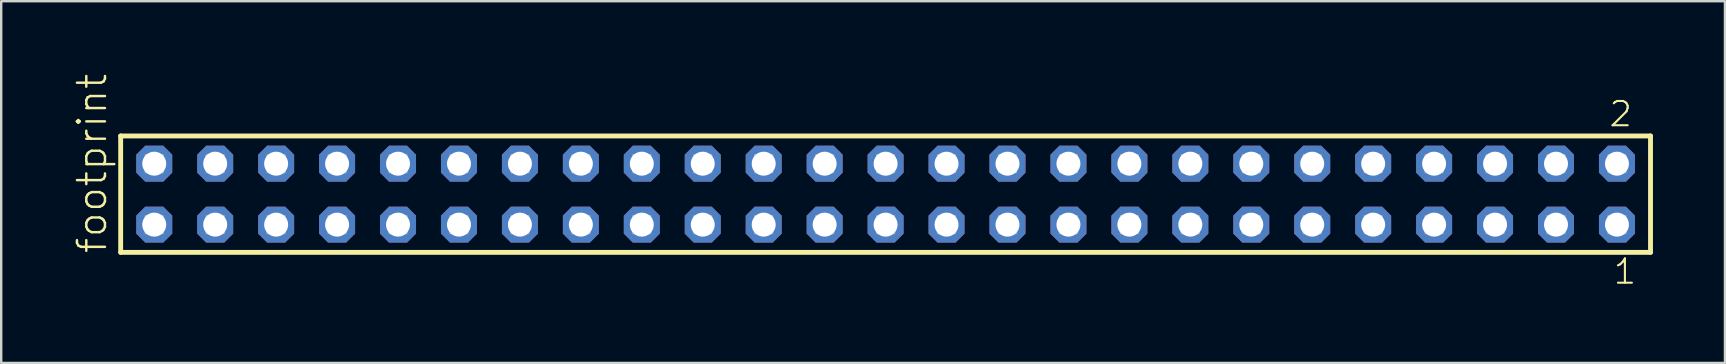
<source format=kicad_pcb>
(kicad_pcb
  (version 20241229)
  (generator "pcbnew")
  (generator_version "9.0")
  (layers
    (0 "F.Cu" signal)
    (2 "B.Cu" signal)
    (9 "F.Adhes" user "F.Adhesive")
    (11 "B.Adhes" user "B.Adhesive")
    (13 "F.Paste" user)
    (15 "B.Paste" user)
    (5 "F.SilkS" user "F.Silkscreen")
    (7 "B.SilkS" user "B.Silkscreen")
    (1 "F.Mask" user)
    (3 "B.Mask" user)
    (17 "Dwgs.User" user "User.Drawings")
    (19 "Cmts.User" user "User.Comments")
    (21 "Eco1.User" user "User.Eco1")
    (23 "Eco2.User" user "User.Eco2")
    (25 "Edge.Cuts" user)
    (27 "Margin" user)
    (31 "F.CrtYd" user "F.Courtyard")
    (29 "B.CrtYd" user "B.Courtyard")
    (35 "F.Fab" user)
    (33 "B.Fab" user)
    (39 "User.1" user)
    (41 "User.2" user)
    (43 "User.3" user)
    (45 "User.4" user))
  (footprint "footprint"
    (layer "F.Cu")
    (at 33.858 5.042)
    (property "Reference" "footprint" (at -32.385 2.54 90) (layer "F.SilkS") (effects (font (size 1.168 1.168) (thickness 0.102)) (justify left bottom)))
    (fp_line (start -31.879 -2.425) (end 31.879 -2.425) (stroke (width 0.203) (type solid)) (layer "F.SilkS"))
    (fp_line (start -31.879 2.425) (end -31.879 -2.425) (stroke (width 0.203) (type solid)) (layer "F.SilkS"))
    (fp_line (start 31.879 -2.425) (end 31.879 2.425) (stroke (width 0.203) (type solid)) (layer "F.SilkS"))
    (fp_line (start 31.879 2.425) (end -31.879 2.425) (stroke (width 0.203) (type solid)) (layer "F.SilkS"))
    (fp_poly (pts (xy -30.83 -0.92) (xy -30.13 -0.92) (xy -30.13 -1.62) (xy -30.83 -1.62)) (stroke (width 0.1) (type solid)) (fill no) (layer "F.Fab"))
    (fp_poly (pts (xy -30.83 1.62) (xy -30.13 1.62) (xy -30.13 0.92) (xy -30.83 0.92)) (stroke (width 0.1) (type solid)) (fill no) (layer "F.Fab"))
    (fp_poly (pts (xy -28.29 -0.92) (xy -27.59 -0.92) (xy -27.59 -1.62) (xy -28.29 -1.62)) (stroke (width 0.1) (type solid)) (fill no) (layer "F.Fab"))
    (fp_poly (pts (xy -28.29 1.62) (xy -27.59 1.62) (xy -27.59 0.92) (xy -28.29 0.92)) (stroke (width 0.1) (type solid)) (fill no) (layer "F.Fab"))
    (fp_poly (pts (xy -25.75 -0.92) (xy -25.05 -0.92) (xy -25.05 -1.62) (xy -25.75 -1.62)) (stroke (width 0.1) (type solid)) (fill no) (layer "F.Fab"))
    (fp_poly (pts (xy -25.75 1.62) (xy -25.05 1.62) (xy -25.05 0.92) (xy -25.75 0.92)) (stroke (width 0.1) (type solid)) (fill no) (layer "F.Fab"))
    (fp_poly (pts (xy -23.21 -0.92) (xy -22.51 -0.92) (xy -22.51 -1.62) (xy -23.21 -1.62)) (stroke (width 0.1) (type solid)) (fill no) (layer "F.Fab"))
    (fp_poly (pts (xy -23.21 1.62) (xy -22.51 1.62) (xy -22.51 0.92) (xy -23.21 0.92)) (stroke (width 0.1) (type solid)) (fill no) (layer "F.Fab"))
    (fp_poly (pts (xy -20.67 -0.92) (xy -19.97 -0.92) (xy -19.97 -1.62) (xy -20.67 -1.62)) (stroke (width 0.1) (type solid)) (fill no) (layer "F.Fab"))
    (fp_poly (pts (xy -20.67 1.62) (xy -19.97 1.62) (xy -19.97 0.92) (xy -20.67 0.92)) (stroke (width 0.1) (type solid)) (fill no) (layer "F.Fab"))
    (fp_poly (pts (xy -18.13 -0.92) (xy -17.43 -0.92) (xy -17.43 -1.62) (xy -18.13 -1.62)) (stroke (width 0.1) (type solid)) (fill no) (layer "F.Fab"))
    (fp_poly (pts (xy -18.13 1.62) (xy -17.43 1.62) (xy -17.43 0.92) (xy -18.13 0.92)) (stroke (width 0.1) (type solid)) (fill no) (layer "F.Fab"))
    (fp_poly (pts (xy -15.59 -0.92) (xy -14.89 -0.92) (xy -14.89 -1.62) (xy -15.59 -1.62)) (stroke (width 0.1) (type solid)) (fill no) (layer "F.Fab"))
    (fp_poly (pts (xy -15.59 1.62) (xy -14.89 1.62) (xy -14.89 0.92) (xy -15.59 0.92)) (stroke (width 0.1) (type solid)) (fill no) (layer "F.Fab"))
    (fp_poly (pts (xy -13.05 -0.92) (xy -12.35 -0.92) (xy -12.35 -1.62) (xy -13.05 -1.62)) (stroke (width 0.1) (type solid)) (fill no) (layer "F.Fab"))
    (fp_poly (pts (xy -13.05 1.62) (xy -12.35 1.62) (xy -12.35 0.92) (xy -13.05 0.92)) (stroke (width 0.1) (type solid)) (fill no) (layer "F.Fab"))
    (fp_poly (pts (xy -10.51 -0.92) (xy -9.81 -0.92) (xy -9.81 -1.62) (xy -10.51 -1.62)) (stroke (width 0.1) (type solid)) (fill no) (layer "F.Fab"))
    (fp_poly (pts (xy -10.51 1.62) (xy -9.81 1.62) (xy -9.81 0.92) (xy -10.51 0.92)) (stroke (width 0.1) (type solid)) (fill no) (layer "F.Fab"))
    (fp_poly (pts (xy -7.97 -0.92) (xy -7.27 -0.92) (xy -7.27 -1.62) (xy -7.97 -1.62)) (stroke (width 0.1) (type solid)) (fill no) (layer "F.Fab"))
    (fp_poly (pts (xy -7.97 1.62) (xy -7.27 1.62) (xy -7.27 0.92) (xy -7.97 0.92)) (stroke (width 0.1) (type solid)) (fill no) (layer "F.Fab"))
    (fp_poly (pts (xy -5.43 -0.92) (xy -4.73 -0.92) (xy -4.73 -1.62) (xy -5.43 -1.62)) (stroke (width 0.1) (type solid)) (fill no) (layer "F.Fab"))
    (fp_poly (pts (xy -5.43 1.62) (xy -4.73 1.62) (xy -4.73 0.92) (xy -5.43 0.92)) (stroke (width 0.1) (type solid)) (fill no) (layer "F.Fab"))
    (fp_poly (pts (xy -2.89 -0.92) (xy -2.19 -0.92) (xy -2.19 -1.62) (xy -2.89 -1.62)) (stroke (width 0.1) (type solid)) (fill no) (layer "F.Fab"))
    (fp_poly (pts (xy -2.89 1.62) (xy -2.19 1.62) (xy -2.19 0.92) (xy -2.89 0.92)) (stroke (width 0.1) (type solid)) (fill no) (layer "F.Fab"))
    (fp_poly (pts (xy -0.35 -0.92) (xy 0.35 -0.92) (xy 0.35 -1.62) (xy -0.35 -1.62)) (stroke (width 0.1) (type solid)) (fill no) (layer "F.Fab"))
    (fp_poly (pts (xy -0.35 1.62) (xy 0.35 1.62) (xy 0.35 0.92) (xy -0.35 0.92)) (stroke (width 0.1) (type solid)) (fill no) (layer "F.Fab"))
    (fp_poly (pts (xy 2.19 -0.92) (xy 2.89 -0.92) (xy 2.89 -1.62) (xy 2.19 -1.62)) (stroke (width 0.1) (type solid)) (fill no) (layer "F.Fab"))
    (fp_poly (pts (xy 2.19 1.62) (xy 2.89 1.62) (xy 2.89 0.92) (xy 2.19 0.92)) (stroke (width 0.1) (type solid)) (fill no) (layer "F.Fab"))
    (fp_poly (pts (xy 4.73 -0.92) (xy 5.43 -0.92) (xy 5.43 -1.62) (xy 4.73 -1.62)) (stroke (width 0.1) (type solid)) (fill no) (layer "F.Fab"))
    (fp_poly (pts (xy 4.73 1.62) (xy 5.43 1.62) (xy 5.43 0.92) (xy 4.73 0.92)) (stroke (width 0.1) (type solid)) (fill no) (layer "F.Fab"))
    (fp_poly (pts (xy 7.27 -0.92) (xy 7.97 -0.92) (xy 7.97 -1.62) (xy 7.27 -1.62)) (stroke (width 0.1) (type solid)) (fill no) (layer "F.Fab"))
    (fp_poly (pts (xy 7.27 1.62) (xy 7.97 1.62) (xy 7.97 0.92) (xy 7.27 0.92)) (stroke (width 0.1) (type solid)) (fill no) (layer "F.Fab"))
    (fp_poly (pts (xy 9.81 -0.92) (xy 10.51 -0.92) (xy 10.51 -1.62) (xy 9.81 -1.62)) (stroke (width 0.1) (type solid)) (fill no) (layer "F.Fab"))
    (fp_poly (pts (xy 9.81 1.62) (xy 10.51 1.62) (xy 10.51 0.92) (xy 9.81 0.92)) (stroke (width 0.1) (type solid)) (fill no) (layer "F.Fab"))
    (fp_poly (pts (xy 12.35 -0.92) (xy 13.05 -0.92) (xy 13.05 -1.62) (xy 12.35 -1.62)) (stroke (width 0.1) (type solid)) (fill no) (layer "F.Fab"))
    (fp_poly (pts (xy 12.35 1.62) (xy 13.05 1.62) (xy 13.05 0.92) (xy 12.35 0.92)) (stroke (width 0.1) (type solid)) (fill no) (layer "F.Fab"))
    (fp_poly (pts (xy 14.89 -0.92) (xy 15.59 -0.92) (xy 15.59 -1.62) (xy 14.89 -1.62)) (stroke (width 0.1) (type solid)) (fill no) (layer "F.Fab"))
    (fp_poly (pts (xy 14.89 1.62) (xy 15.59 1.62) (xy 15.59 0.92) (xy 14.89 0.92)) (stroke (width 0.1) (type solid)) (fill no) (layer "F.Fab"))
    (fp_poly (pts (xy 17.43 -0.92) (xy 18.13 -0.92) (xy 18.13 -1.62) (xy 17.43 -1.62)) (stroke (width 0.1) (type solid)) (fill no) (layer "F.Fab"))
    (fp_poly (pts (xy 17.43 1.62) (xy 18.13 1.62) (xy 18.13 0.92) (xy 17.43 0.92)) (stroke (width 0.1) (type solid)) (fill no) (layer "F.Fab"))
    (fp_poly (pts (xy 19.97 -0.92) (xy 20.67 -0.92) (xy 20.67 -1.62) (xy 19.97 -1.62)) (stroke (width 0.1) (type solid)) (fill no) (layer "F.Fab"))
    (fp_poly (pts (xy 19.97 1.62) (xy 20.67 1.62) (xy 20.67 0.92) (xy 19.97 0.92)) (stroke (width 0.1) (type solid)) (fill no) (layer "F.Fab"))
    (fp_poly (pts (xy 22.51 -0.92) (xy 23.21 -0.92) (xy 23.21 -1.62) (xy 22.51 -1.62)) (stroke (width 0.1) (type solid)) (fill no) (layer "F.Fab"))
    (fp_poly (pts (xy 22.51 1.62) (xy 23.21 1.62) (xy 23.21 0.92) (xy 22.51 0.92)) (stroke (width 0.1) (type solid)) (fill no) (layer "F.Fab"))
    (fp_poly (pts (xy 25.05 -0.92) (xy 25.75 -0.92) (xy 25.75 -1.62) (xy 25.05 -1.62)) (stroke (width 0.1) (type solid)) (fill no) (layer "F.Fab"))
    (fp_poly (pts (xy 25.05 1.62) (xy 25.75 1.62) (xy 25.75 0.92) (xy 25.05 0.92)) (stroke (width 0.1) (type solid)) (fill no) (layer "F.Fab"))
    (fp_poly (pts (xy 27.59 -0.92) (xy 28.29 -0.92) (xy 28.29 -1.62) (xy 27.59 -1.62)) (stroke (width 0.1) (type solid)) (fill no) (layer "F.Fab"))
    (fp_poly (pts (xy 27.59 1.62) (xy 28.29 1.62) (xy 28.29 0.92) (xy 27.59 0.92)) (stroke (width 0.1) (type solid)) (fill no) (layer "F.Fab"))
    (fp_poly (pts (xy 30.13 -0.92) (xy 30.83 -0.92) (xy 30.83 -1.62) (xy 30.13 -1.62)) (stroke (width 0.1) (type solid)) (fill no) (layer "F.Fab"))
    (fp_poly (pts (xy 30.13 1.62) (xy 30.83 1.62) (xy 30.83 0.92) (xy 30.13 0.92)) (stroke (width 0.1) (type solid)) (fill no) (layer "F.Fab"))
    (fp_text user "1" (at 30.272 3.818 0) (layer "F.SilkS") (effects (font (size 1.012 1.012) (thickness 0.088)) (justify left bottom)))
    (fp_text user "2" (at 30.097 -2.744 0) (layer "F.SilkS") (effects (font (size 1.012 1.012) (thickness 0.088)) (justify left bottom)))
    (pad "1" thru_hole roundrect (at 30.48 1.27 180) (size 1.5 1.5) (drill 1) (layers "*.Cu" "*.Mask") (roundrect_rratio 0.25) (chamfer_ratio 0.25) (chamfer top_left top_right bottom_left bottom_right))
    (pad "2" thru_hole roundrect (at 30.48 -1.27 180) (size 1.5 1.5) (drill 1) (layers "*.Cu" "*.Mask") (roundrect_rratio 0.25) (chamfer_ratio 0.25) (chamfer top_left top_right bottom_left bottom_right))
    (pad "3" thru_hole roundrect (at 27.94 1.27 180) (size 1.5 1.5) (drill 1) (layers "*.Cu" "*.Mask") (roundrect_rratio 0.25) (chamfer_ratio 0.25) (chamfer top_left top_right bottom_left bottom_right))
    (pad "4" thru_hole roundrect (at 27.94 -1.27 180) (size 1.5 1.5) (drill 1) (layers "*.Cu" "*.Mask") (roundrect_rratio 0.25) (chamfer_ratio 0.25) (chamfer top_left top_right bottom_left bottom_right))
    (pad "5" thru_hole roundrect (at 25.4 1.27 180) (size 1.5 1.5) (drill 1) (layers "*.Cu" "*.Mask") (roundrect_rratio 0.25) (chamfer_ratio 0.25) (chamfer top_left top_right bottom_left bottom_right))
    (pad "6" thru_hole roundrect (at 25.4 -1.27 180) (size 1.5 1.5) (drill 1) (layers "*.Cu" "*.Mask") (roundrect_rratio 0.25) (chamfer_ratio 0.25) (chamfer top_left top_right bottom_left bottom_right))
    (pad "7" thru_hole roundrect (at 22.86 1.27 180) (size 1.5 1.5) (drill 1) (layers "*.Cu" "*.Mask") (roundrect_rratio 0.25) (chamfer_ratio 0.25) (chamfer top_left top_right bottom_left bottom_right))
    (pad "8" thru_hole roundrect (at 22.86 -1.27 180) (size 1.5 1.5) (drill 1) (layers "*.Cu" "*.Mask") (roundrect_rratio 0.25) (chamfer_ratio 0.25) (chamfer top_left top_right bottom_left bottom_right))
    (pad "9" thru_hole roundrect (at 20.32 1.27 180) (size 1.5 1.5) (drill 1) (layers "*.Cu" "*.Mask") (roundrect_rratio 0.25) (chamfer_ratio 0.25) (chamfer top_left top_right bottom_left bottom_right))
    (pad "10" thru_hole roundrect (at 20.32 -1.27 180) (size 1.5 1.5) (drill 1) (layers "*.Cu" "*.Mask") (roundrect_rratio 0.25) (chamfer_ratio 0.25) (chamfer top_left top_right bottom_left bottom_right))
    (pad "11" thru_hole roundrect (at 17.78 1.27 180) (size 1.5 1.5) (drill 1) (layers "*.Cu" "*.Mask") (roundrect_rratio 0.25) (chamfer_ratio 0.25) (chamfer top_left top_right bottom_left bottom_right))
    (pad "12" thru_hole roundrect (at 17.78 -1.27 180) (size 1.5 1.5) (drill 1) (layers "*.Cu" "*.Mask") (roundrect_rratio 0.25) (chamfer_ratio 0.25) (chamfer top_left top_right bottom_left bottom_right))
    (pad "13" thru_hole roundrect (at 15.24 1.27 180) (size 1.5 1.5) (drill 1) (layers "*.Cu" "*.Mask") (roundrect_rratio 0.25) (chamfer_ratio 0.25) (chamfer top_left top_right bottom_left bottom_right))
    (pad "14" thru_hole roundrect (at 15.24 -1.27 180) (size 1.5 1.5) (drill 1) (layers "*.Cu" "*.Mask") (roundrect_rratio 0.25) (chamfer_ratio 0.25) (chamfer top_left top_right bottom_left bottom_right))
    (pad "15" thru_hole roundrect (at 12.7 1.27 180) (size 1.5 1.5) (drill 1) (layers "*.Cu" "*.Mask") (roundrect_rratio 0.25) (chamfer_ratio 0.25) (chamfer top_left top_right bottom_left bottom_right))
    (pad "16" thru_hole roundrect (at 12.7 -1.27 180) (size 1.5 1.5) (drill 1) (layers "*.Cu" "*.Mask") (roundrect_rratio 0.25) (chamfer_ratio 0.25) (chamfer top_left top_right bottom_left bottom_right))
    (pad "17" thru_hole roundrect (at 10.16 1.27 180) (size 1.5 1.5) (drill 1) (layers "*.Cu" "*.Mask") (roundrect_rratio 0.25) (chamfer_ratio 0.25) (chamfer top_left top_right bottom_left bottom_right))
    (pad "18" thru_hole roundrect (at 10.16 -1.27 180) (size 1.5 1.5) (drill 1) (layers "*.Cu" "*.Mask") (roundrect_rratio 0.25) (chamfer_ratio 0.25) (chamfer top_left top_right bottom_left bottom_right))
    (pad "19" thru_hole roundrect (at 7.62 1.27 180) (size 1.5 1.5) (drill 1) (layers "*.Cu" "*.Mask") (roundrect_rratio 0.25) (chamfer_ratio 0.25) (chamfer top_left top_right bottom_left bottom_right))
    (pad "20" thru_hole roundrect (at 7.62 -1.27 180) (size 1.5 1.5) (drill 1) (layers "*.Cu" "*.Mask") (roundrect_rratio 0.25) (chamfer_ratio 0.25) (chamfer top_left top_right bottom_left bottom_right))
    (pad "21" thru_hole roundrect (at 5.08 1.27 180) (size 1.5 1.5) (drill 1) (layers "*.Cu" "*.Mask") (roundrect_rratio 0.25) (chamfer_ratio 0.25) (chamfer top_left top_right bottom_left bottom_right))
    (pad "22" thru_hole roundrect (at 5.08 -1.27 180) (size 1.5 1.5) (drill 1) (layers "*.Cu" "*.Mask") (roundrect_rratio 0.25) (chamfer_ratio 0.25) (chamfer top_left top_right bottom_left bottom_right))
    (pad "23" thru_hole roundrect (at 2.54 1.27 180) (size 1.5 1.5) (drill 1) (layers "*.Cu" "*.Mask") (roundrect_rratio 0.25) (chamfer_ratio 0.25) (chamfer top_left top_right bottom_left bottom_right))
    (pad "24" thru_hole roundrect (at 2.54 -1.27 180) (size 1.5 1.5) (drill 1) (layers "*.Cu" "*.Mask") (roundrect_rratio 0.25) (chamfer_ratio 0.25) (chamfer top_left top_right bottom_left bottom_right))
    (pad "25" thru_hole roundrect (at 0 1.27 180) (size 1.5 1.5) (drill 1) (layers "*.Cu" "*.Mask") (roundrect_rratio 0.25) (chamfer_ratio 0.25) (chamfer top_left top_right bottom_left bottom_right))
    (pad "26" thru_hole roundrect (at 0 -1.27 180) (size 1.5 1.5) (drill 1) (layers "*.Cu" "*.Mask") (roundrect_rratio 0.25) (chamfer_ratio 0.25) (chamfer top_left top_right bottom_left bottom_right))
    (pad "27" thru_hole roundrect (at -2.54 1.27 180) (size 1.5 1.5) (drill 1) (layers "*.Cu" "*.Mask") (roundrect_rratio 0.25) (chamfer_ratio 0.25) (chamfer top_left top_right bottom_left bottom_right))
    (pad "28" thru_hole roundrect (at -2.54 -1.27 180) (size 1.5 1.5) (drill 1) (layers "*.Cu" "*.Mask") (roundrect_rratio 0.25) (chamfer_ratio 0.25) (chamfer top_left top_right bottom_left bottom_right))
    (pad "29" thru_hole roundrect (at -5.08 1.27 180) (size 1.5 1.5) (drill 1) (layers "*.Cu" "*.Mask") (roundrect_rratio 0.25) (chamfer_ratio 0.25) (chamfer top_left top_right bottom_left bottom_right))
    (pad "30" thru_hole roundrect (at -5.08 -1.27 180) (size 1.5 1.5) (drill 1) (layers "*.Cu" "*.Mask") (roundrect_rratio 0.25) (chamfer_ratio 0.25) (chamfer top_left top_right bottom_left bottom_right))
    (pad "31" thru_hole roundrect (at -7.62 1.27 180) (size 1.5 1.5) (drill 1) (layers "*.Cu" "*.Mask") (roundrect_rratio 0.25) (chamfer_ratio 0.25) (chamfer top_left top_right bottom_left bottom_right))
    (pad "32" thru_hole roundrect (at -7.62 -1.27 180) (size 1.5 1.5) (drill 1) (layers "*.Cu" "*.Mask") (roundrect_rratio 0.25) (chamfer_ratio 0.25) (chamfer top_left top_right bottom_left bottom_right))
    (pad "33" thru_hole roundrect (at -10.16 1.27 180) (size 1.5 1.5) (drill 1) (layers "*.Cu" "*.Mask") (roundrect_rratio 0.25) (chamfer_ratio 0.25) (chamfer top_left top_right bottom_left bottom_right))
    (pad "34" thru_hole roundrect (at -10.16 -1.27 180) (size 1.5 1.5) (drill 1) (layers "*.Cu" "*.Mask") (roundrect_rratio 0.25) (chamfer_ratio 0.25) (chamfer top_left top_right bottom_left bottom_right))
    (pad "35" thru_hole roundrect (at -12.7 1.27 180) (size 1.5 1.5) (drill 1) (layers "*.Cu" "*.Mask") (roundrect_rratio 0.25) (chamfer_ratio 0.25) (chamfer top_left top_right bottom_left bottom_right))
    (pad "36" thru_hole roundrect (at -12.7 -1.27 180) (size 1.5 1.5) (drill 1) (layers "*.Cu" "*.Mask") (roundrect_rratio 0.25) (chamfer_ratio 0.25) (chamfer top_left top_right bottom_left bottom_right))
    (pad "37" thru_hole roundrect (at -15.24 1.27 180) (size 1.5 1.5) (drill 1) (layers "*.Cu" "*.Mask") (roundrect_rratio 0.25) (chamfer_ratio 0.25) (chamfer top_left top_right bottom_left bottom_right))
    (pad "38" thru_hole roundrect (at -15.24 -1.27 180) (size 1.5 1.5) (drill 1) (layers "*.Cu" "*.Mask") (roundrect_rratio 0.25) (chamfer_ratio 0.25) (chamfer top_left top_right bottom_left bottom_right))
    (pad "39" thru_hole roundrect (at -17.78 1.27 180) (size 1.5 1.5) (drill 1) (layers "*.Cu" "*.Mask") (roundrect_rratio 0.25) (chamfer_ratio 0.25) (chamfer top_left top_right bottom_left bottom_right))
    (pad "40" thru_hole roundrect (at -17.78 -1.27 180) (size 1.5 1.5) (drill 1) (layers "*.Cu" "*.Mask") (roundrect_rratio 0.25) (chamfer_ratio 0.25) (chamfer top_left top_right bottom_left bottom_right))
    (pad "41" thru_hole roundrect (at -20.32 1.27 180) (size 1.5 1.5) (drill 1) (layers "*.Cu" "*.Mask") (roundrect_rratio 0.25) (chamfer_ratio 0.25) (chamfer top_left top_right bottom_left bottom_right))
    (pad "42" thru_hole roundrect (at -20.32 -1.27 180) (size 1.5 1.5) (drill 1) (layers "*.Cu" "*.Mask") (roundrect_rratio 0.25) (chamfer_ratio 0.25) (chamfer top_left top_right bottom_left bottom_right))
    (pad "43" thru_hole roundrect (at -22.86 1.27 180) (size 1.5 1.5) (drill 1) (layers "*.Cu" "*.Mask") (roundrect_rratio 0.25) (chamfer_ratio 0.25) (chamfer top_left top_right bottom_left bottom_right))
    (pad "44" thru_hole roundrect (at -22.86 -1.27 180) (size 1.5 1.5) (drill 1) (layers "*.Cu" "*.Mask") (roundrect_rratio 0.25) (chamfer_ratio 0.25) (chamfer top_left top_right bottom_left bottom_right))
    (pad "45" thru_hole roundrect (at -25.4 1.27 180) (size 1.5 1.5) (drill 1) (layers "*.Cu" "*.Mask") (roundrect_rratio 0.25) (chamfer_ratio 0.25) (chamfer top_left top_right bottom_left bottom_right))
    (pad "46" thru_hole roundrect (at -25.4 -1.27 180) (size 1.5 1.5) (drill 1) (layers "*.Cu" "*.Mask") (roundrect_rratio 0.25) (chamfer_ratio 0.25) (chamfer top_left top_right bottom_left bottom_right))
    (pad "47" thru_hole roundrect (at -27.94 1.27 180) (size 1.5 1.5) (drill 1) (layers "*.Cu" "*.Mask") (roundrect_rratio 0.25) (chamfer_ratio 0.25) (chamfer top_left top_right bottom_left bottom_right))
    (pad "48" thru_hole roundrect (at -27.94 -1.27 180) (size 1.5 1.5) (drill 1) (layers "*.Cu" "*.Mask") (roundrect_rratio 0.25) (chamfer_ratio 0.25) (chamfer top_left top_right bottom_left bottom_right))
    (pad "49" thru_hole roundrect (at -30.48 1.27 180) (size 1.5 1.5) (drill 1) (layers "*.Cu" "*.Mask") (roundrect_rratio 0.25) (chamfer_ratio 0.25) (chamfer top_left top_right bottom_left bottom_right))
    (pad "50" thru_hole roundrect (at -30.48 -1.27 180) (size 1.5 1.5) (drill 1) (layers "*.Cu" "*.Mask") (roundrect_rratio 0.25) (chamfer_ratio 0.25) (chamfer top_left top_right bottom_left bottom_right)))
  (gr_rect
    (start -3 -3)
    (end 68.839 12.077)
    (stroke (width 0.1) (type default))
    (fill no)
    (layer "Edge.Cuts")))
</source>
